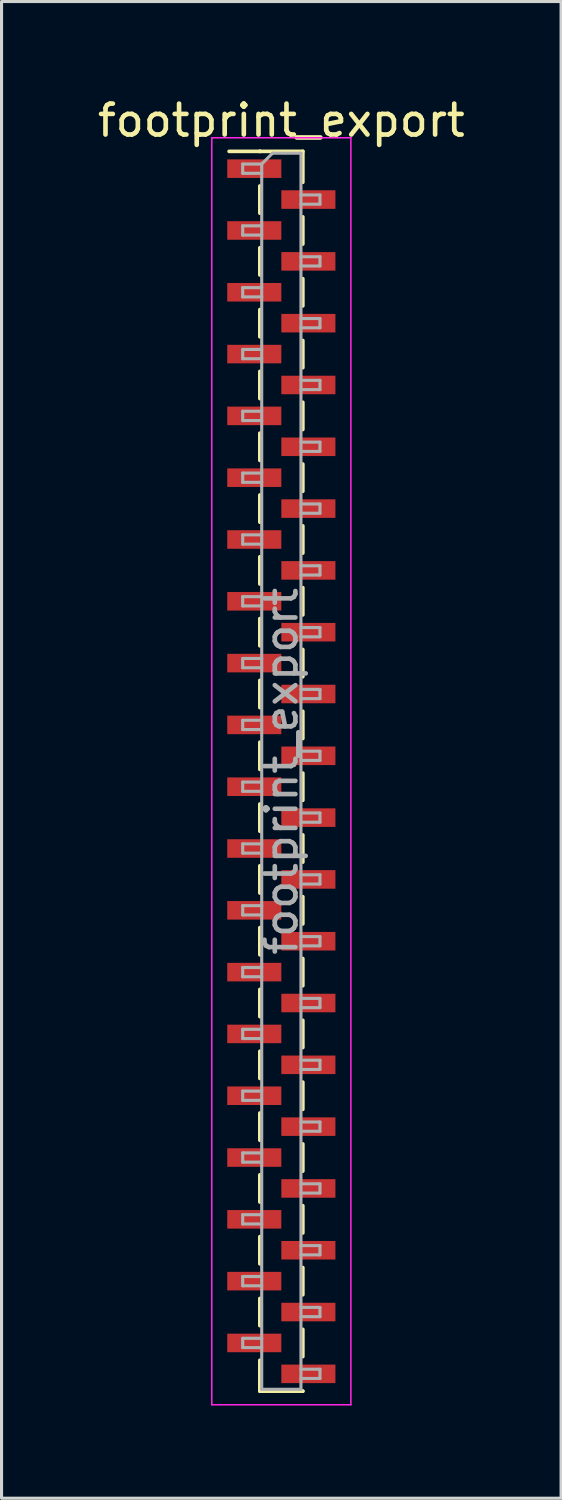
<source format=kicad_pcb>
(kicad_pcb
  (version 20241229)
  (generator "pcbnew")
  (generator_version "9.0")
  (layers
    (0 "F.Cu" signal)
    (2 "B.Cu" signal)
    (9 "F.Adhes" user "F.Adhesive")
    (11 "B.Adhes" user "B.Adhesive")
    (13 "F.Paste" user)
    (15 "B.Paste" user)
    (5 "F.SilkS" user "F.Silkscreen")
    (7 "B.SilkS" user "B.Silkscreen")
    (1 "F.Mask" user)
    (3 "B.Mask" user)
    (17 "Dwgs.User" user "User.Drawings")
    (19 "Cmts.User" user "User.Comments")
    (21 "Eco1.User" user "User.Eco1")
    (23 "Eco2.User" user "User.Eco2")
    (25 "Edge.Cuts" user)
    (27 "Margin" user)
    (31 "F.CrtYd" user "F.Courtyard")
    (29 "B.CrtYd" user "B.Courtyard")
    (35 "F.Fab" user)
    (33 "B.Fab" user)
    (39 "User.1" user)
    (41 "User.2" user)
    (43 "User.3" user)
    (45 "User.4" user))
  (footprint "footprint_export"
    (layer "F.Cu")
    (at 6.054 21.908)
    (property "Reference" "footprint_export" (at 0 -21.06 0) (layer "F.SilkS") (effects (font (size 1 1) (thickness 0.15))))
    (attr smd)
    (fp_line (start -0.695 -20.06) (end -1.69 -20.06) (stroke (width 0.12) (type solid)) (layer "F.SilkS"))
    (fp_line (start -0.695 -20.06) (end -0.695 -20.06) (stroke (width 0.12) (type solid)) (layer "F.SilkS"))
    (fp_line (start -0.695 -20.06) (end 0.695 -20.06) (stroke (width 0.12) (type solid)) (layer "F.SilkS"))
    (fp_line (start -0.695 -18.94) (end -0.695 -18.06) (stroke (width 0.12) (type solid)) (layer "F.SilkS"))
    (fp_line (start -0.695 -16.94) (end -0.695 -16.06) (stroke (width 0.12) (type solid)) (layer "F.SilkS"))
    (fp_line (start -0.695 -14.94) (end -0.695 -14.06) (stroke (width 0.12) (type solid)) (layer "F.SilkS"))
    (fp_line (start -0.695 -12.94) (end -0.695 -12.06) (stroke (width 0.12) (type solid)) (layer "F.SilkS"))
    (fp_line (start -0.695 -10.94) (end -0.695 -10.06) (stroke (width 0.12) (type solid)) (layer "F.SilkS"))
    (fp_line (start -0.695 -8.94) (end -0.695 -8.06) (stroke (width 0.12) (type solid)) (layer "F.SilkS"))
    (fp_line (start -0.695 -6.94) (end -0.695 -6.06) (stroke (width 0.12) (type solid)) (layer "F.SilkS"))
    (fp_line (start -0.695 -4.94) (end -0.695 -4.06) (stroke (width 0.12) (type solid)) (layer "F.SilkS"))
    (fp_line (start -0.695 -2.94) (end -0.695 -2.06) (stroke (width 0.12) (type solid)) (layer "F.SilkS"))
    (fp_line (start -0.695 -0.94) (end -0.695 -0.06) (stroke (width 0.12) (type solid)) (layer "F.SilkS"))
    (fp_line (start -0.695 1.06) (end -0.695 1.94) (stroke (width 0.12) (type solid)) (layer "F.SilkS"))
    (fp_line (start -0.695 3.06) (end -0.695 3.94) (stroke (width 0.12) (type solid)) (layer "F.SilkS"))
    (fp_line (start -0.695 5.06) (end -0.695 5.94) (stroke (width 0.12) (type solid)) (layer "F.SilkS"))
    (fp_line (start -0.695 7.06) (end -0.695 7.94) (stroke (width 0.12) (type solid)) (layer "F.SilkS"))
    (fp_line (start -0.695 9.06) (end -0.695 9.94) (stroke (width 0.12) (type solid)) (layer "F.SilkS"))
    (fp_line (start -0.695 11.06) (end -0.695 11.94) (stroke (width 0.12) (type solid)) (layer "F.SilkS"))
    (fp_line (start -0.695 13.06) (end -0.695 13.94) (stroke (width 0.12) (type solid)) (layer "F.SilkS"))
    (fp_line (start -0.695 15.06) (end -0.695 15.94) (stroke (width 0.12) (type solid)) (layer "F.SilkS"))
    (fp_line (start -0.695 17.06) (end -0.695 17.94) (stroke (width 0.12) (type solid)) (layer "F.SilkS"))
    (fp_line (start -0.695 19.06) (end -0.695 20.06) (stroke (width 0.12) (type solid)) (layer "F.SilkS"))
    (fp_line (start -0.695 20.06) (end 0.695 20.06) (stroke (width 0.12) (type solid)) (layer "F.SilkS"))
    (fp_line (start 0.695 -20.06) (end 0.695 -19.06) (stroke (width 0.12) (type solid)) (layer "F.SilkS"))
    (fp_line (start 0.695 -17.94) (end 0.695 -17.06) (stroke (width 0.12) (type solid)) (layer "F.SilkS"))
    (fp_line (start 0.695 -15.94) (end 0.695 -15.06) (stroke (width 0.12) (type solid)) (layer "F.SilkS"))
    (fp_line (start 0.695 -13.94) (end 0.695 -13.06) (stroke (width 0.12) (type solid)) (layer "F.SilkS"))
    (fp_line (start 0.695 -11.94) (end 0.695 -11.06) (stroke (width 0.12) (type solid)) (layer "F.SilkS"))
    (fp_line (start 0.695 -9.94) (end 0.695 -9.06) (stroke (width 0.12) (type solid)) (layer "F.SilkS"))
    (fp_line (start 0.695 -7.94) (end 0.695 -7.06) (stroke (width 0.12) (type solid)) (layer "F.SilkS"))
    (fp_line (start 0.695 -5.94) (end 0.695 -5.06) (stroke (width 0.12) (type solid)) (layer "F.SilkS"))
    (fp_line (start 0.695 -3.94) (end 0.695 -3.06) (stroke (width 0.12) (type solid)) (layer "F.SilkS"))
    (fp_line (start 0.695 -1.94) (end 0.695 -1.06) (stroke (width 0.12) (type solid)) (layer "F.SilkS"))
    (fp_line (start 0.695 0.06) (end 0.695 0.94) (stroke (width 0.12) (type solid)) (layer "F.SilkS"))
    (fp_line (start 0.695 2.06) (end 0.695 2.94) (stroke (width 0.12) (type solid)) (layer "F.SilkS"))
    (fp_line (start 0.695 4.06) (end 0.695 4.94) (stroke (width 0.12) (type solid)) (layer "F.SilkS"))
    (fp_line (start 0.695 6.06) (end 0.695 6.94) (stroke (width 0.12) (type solid)) (layer "F.SilkS"))
    (fp_line (start 0.695 8.06) (end 0.695 8.94) (stroke (width 0.12) (type solid)) (layer "F.SilkS"))
    (fp_line (start 0.695 10.06) (end 0.695 10.94) (stroke (width 0.12) (type solid)) (layer "F.SilkS"))
    (fp_line (start 0.695 12.06) (end 0.695 12.94) (stroke (width 0.12) (type solid)) (layer "F.SilkS"))
    (fp_line (start 0.695 14.06) (end 0.695 14.94) (stroke (width 0.12) (type solid)) (layer "F.SilkS"))
    (fp_line (start 0.695 16.06) (end 0.695 16.94) (stroke (width 0.12) (type solid)) (layer "F.SilkS"))
    (fp_line (start 0.695 18.06) (end 0.695 18.94) (stroke (width 0.12) (type solid)) (layer "F.SilkS"))
    (fp_line (start 0.695 20.06) (end 0.695 20.06) (stroke (width 0.12) (type solid)) (layer "F.SilkS"))
    (fp_line (start -2.25 -20.5) (end -2.25 20.5) (stroke (width 0.05) (type solid)) (layer "F.CrtYd"))
    (fp_line (start -2.25 20.5) (end 2.25 20.5) (stroke (width 0.05) (type solid)) (layer "F.CrtYd"))
    (fp_line (start 2.25 -20.5) (end -2.25 -20.5) (stroke (width 0.05) (type solid)) (layer "F.CrtYd"))
    (fp_line (start 2.25 20.5) (end 2.25 -20.5) (stroke (width 0.05) (type solid)) (layer "F.CrtYd"))
    (fp_line (start -1.25 -19.65) (end -1.25 -19.35) (stroke (width 0.1) (type solid)) (layer "F.Fab"))
    (fp_line (start -1.25 -19.35) (end -0.635 -19.35) (stroke (width 0.1) (type solid)) (layer "F.Fab"))
    (fp_line (start -1.25 -17.65) (end -1.25 -17.35) (stroke (width 0.1) (type solid)) (layer "F.Fab"))
    (fp_line (start -1.25 -17.35) (end -0.635 -17.35) (stroke (width 0.1) (type solid)) (layer "F.Fab"))
    (fp_line (start -1.25 -15.65) (end -1.25 -15.35) (stroke (width 0.1) (type solid)) (layer "F.Fab"))
    (fp_line (start -1.25 -15.35) (end -0.635 -15.35) (stroke (width 0.1) (type solid)) (layer "F.Fab"))
    (fp_line (start -1.25 -13.65) (end -1.25 -13.35) (stroke (width 0.1) (type solid)) (layer "F.Fab"))
    (fp_line (start -1.25 -13.35) (end -0.635 -13.35) (stroke (width 0.1) (type solid)) (layer "F.Fab"))
    (fp_line (start -1.25 -11.65) (end -1.25 -11.35) (stroke (width 0.1) (type solid)) (layer "F.Fab"))
    (fp_line (start -1.25 -11.35) (end -0.635 -11.35) (stroke (width 0.1) (type solid)) (layer "F.Fab"))
    (fp_line (start -1.25 -9.65) (end -1.25 -9.35) (stroke (width 0.1) (type solid)) (layer "F.Fab"))
    (fp_line (start -1.25 -9.35) (end -0.635 -9.35) (stroke (width 0.1) (type solid)) (layer "F.Fab"))
    (fp_line (start -1.25 -7.65) (end -1.25 -7.35) (stroke (width 0.1) (type solid)) (layer "F.Fab"))
    (fp_line (start -1.25 -7.35) (end -0.635 -7.35) (stroke (width 0.1) (type solid)) (layer "F.Fab"))
    (fp_line (start -1.25 -5.65) (end -1.25 -5.35) (stroke (width 0.1) (type solid)) (layer "F.Fab"))
    (fp_line (start -1.25 -5.35) (end -0.635 -5.35) (stroke (width 0.1) (type solid)) (layer "F.Fab"))
    (fp_line (start -1.25 -3.65) (end -1.25 -3.35) (stroke (width 0.1) (type solid)) (layer "F.Fab"))
    (fp_line (start -1.25 -3.35) (end -0.635 -3.35) (stroke (width 0.1) (type solid)) (layer "F.Fab"))
    (fp_line (start -1.25 -1.65) (end -1.25 -1.35) (stroke (width 0.1) (type solid)) (layer "F.Fab"))
    (fp_line (start -1.25 -1.35) (end -0.635 -1.35) (stroke (width 0.1) (type solid)) (layer "F.Fab"))
    (fp_line (start -1.25 0.35) (end -1.25 0.65) (stroke (width 0.1) (type solid)) (layer "F.Fab"))
    (fp_line (start -1.25 0.65) (end -0.635 0.65) (stroke (width 0.1) (type solid)) (layer "F.Fab"))
    (fp_line (start -1.25 2.35) (end -1.25 2.65) (stroke (width 0.1) (type solid)) (layer "F.Fab"))
    (fp_line (start -1.25 2.65) (end -0.635 2.65) (stroke (width 0.1) (type solid)) (layer "F.Fab"))
    (fp_line (start -1.25 4.35) (end -1.25 4.65) (stroke (width 0.1) (type solid)) (layer "F.Fab"))
    (fp_line (start -1.25 4.65) (end -0.635 4.65) (stroke (width 0.1) (type solid)) (layer "F.Fab"))
    (fp_line (start -1.25 6.35) (end -1.25 6.65) (stroke (width 0.1) (type solid)) (layer "F.Fab"))
    (fp_line (start -1.25 6.65) (end -0.635 6.65) (stroke (width 0.1) (type solid)) (layer "F.Fab"))
    (fp_line (start -1.25 8.35) (end -1.25 8.65) (stroke (width 0.1) (type solid)) (layer "F.Fab"))
    (fp_line (start -1.25 8.65) (end -0.635 8.65) (stroke (width 0.1) (type solid)) (layer "F.Fab"))
    (fp_line (start -1.25 10.35) (end -1.25 10.65) (stroke (width 0.1) (type solid)) (layer "F.Fab"))
    (fp_line (start -1.25 10.65) (end -0.635 10.65) (stroke (width 0.1) (type solid)) (layer "F.Fab"))
    (fp_line (start -1.25 12.35) (end -1.25 12.65) (stroke (width 0.1) (type solid)) (layer "F.Fab"))
    (fp_line (start -1.25 12.65) (end -0.635 12.65) (stroke (width 0.1) (type solid)) (layer "F.Fab"))
    (fp_line (start -1.25 14.35) (end -1.25 14.65) (stroke (width 0.1) (type solid)) (layer "F.Fab"))
    (fp_line (start -1.25 14.65) (end -0.635 14.65) (stroke (width 0.1) (type solid)) (layer "F.Fab"))
    (fp_line (start -1.25 16.35) (end -1.25 16.65) (stroke (width 0.1) (type solid)) (layer "F.Fab"))
    (fp_line (start -1.25 16.65) (end -0.635 16.65) (stroke (width 0.1) (type solid)) (layer "F.Fab"))
    (fp_line (start -1.25 18.35) (end -1.25 18.65) (stroke (width 0.1) (type solid)) (layer "F.Fab"))
    (fp_line (start -1.25 18.65) (end -0.635 18.65) (stroke (width 0.1) (type solid)) (layer "F.Fab"))
    (fp_line (start -0.635 -19.65) (end -1.25 -19.65) (stroke (width 0.1) (type solid)) (layer "F.Fab"))
    (fp_line (start -0.635 -19.65) (end -0.285 -20) (stroke (width 0.1) (type solid)) (layer "F.Fab"))
    (fp_line (start -0.635 -17.65) (end -1.25 -17.65) (stroke (width 0.1) (type solid)) (layer "F.Fab"))
    (fp_line (start -0.635 -15.65) (end -1.25 -15.65) (stroke (width 0.1) (type solid)) (layer "F.Fab"))
    (fp_line (start -0.635 -13.65) (end -1.25 -13.65) (stroke (width 0.1) (type solid)) (layer "F.Fab"))
    (fp_line (start -0.635 -11.65) (end -1.25 -11.65) (stroke (width 0.1) (type solid)) (layer "F.Fab"))
    (fp_line (start -0.635 -9.65) (end -1.25 -9.65) (stroke (width 0.1) (type solid)) (layer "F.Fab"))
    (fp_line (start -0.635 -7.65) (end -1.25 -7.65) (stroke (width 0.1) (type solid)) (layer "F.Fab"))
    (fp_line (start -0.635 -5.65) (end -1.25 -5.65) (stroke (width 0.1) (type solid)) (layer "F.Fab"))
    (fp_line (start -0.635 -3.65) (end -1.25 -3.65) (stroke (width 0.1) (type solid)) (layer "F.Fab"))
    (fp_line (start -0.635 -1.65) (end -1.25 -1.65) (stroke (width 0.1) (type solid)) (layer "F.Fab"))
    (fp_line (start -0.635 0.35) (end -1.25 0.35) (stroke (width 0.1) (type solid)) (layer "F.Fab"))
    (fp_line (start -0.635 2.35) (end -1.25 2.35) (stroke (width 0.1) (type solid)) (layer "F.Fab"))
    (fp_line (start -0.635 4.35) (end -1.25 4.35) (stroke (width 0.1) (type solid)) (layer "F.Fab"))
    (fp_line (start -0.635 6.35) (end -1.25 6.35) (stroke (width 0.1) (type solid)) (layer "F.Fab"))
    (fp_line (start -0.635 8.35) (end -1.25 8.35) (stroke (width 0.1) (type solid)) (layer "F.Fab"))
    (fp_line (start -0.635 10.35) (end -1.25 10.35) (stroke (width 0.1) (type solid)) (layer "F.Fab"))
    (fp_line (start -0.635 12.35) (end -1.25 12.35) (stroke (width 0.1) (type solid)) (layer "F.Fab"))
    (fp_line (start -0.635 14.35) (end -1.25 14.35) (stroke (width 0.1) (type solid)) (layer "F.Fab"))
    (fp_line (start -0.635 16.35) (end -1.25 16.35) (stroke (width 0.1) (type solid)) (layer "F.Fab"))
    (fp_line (start -0.635 18.35) (end -1.25 18.35) (stroke (width 0.1) (type solid)) (layer "F.Fab"))
    (fp_line (start -0.635 20) (end -0.635 -19.65) (stroke (width 0.1) (type solid)) (layer "F.Fab"))
    (fp_line (start -0.285 -20) (end 0.635 -20) (stroke (width 0.1) (type solid)) (layer "F.Fab"))
    (fp_line (start 0.635 -20) (end 0.635 20) (stroke (width 0.1) (type solid)) (layer "F.Fab"))
    (fp_line (start 0.635 -18.65) (end 1.25 -18.65) (stroke (width 0.1) (type solid)) (layer "F.Fab"))
    (fp_line (start 0.635 -16.65) (end 1.25 -16.65) (stroke (width 0.1) (type solid)) (layer "F.Fab"))
    (fp_line (start 0.635 -14.65) (end 1.25 -14.65) (stroke (width 0.1) (type solid)) (layer "F.Fab"))
    (fp_line (start 0.635 -12.65) (end 1.25 -12.65) (stroke (width 0.1) (type solid)) (layer "F.Fab"))
    (fp_line (start 0.635 -10.65) (end 1.25 -10.65) (stroke (width 0.1) (type solid)) (layer "F.Fab"))
    (fp_line (start 0.635 -8.65) (end 1.25 -8.65) (stroke (width 0.1) (type solid)) (layer "F.Fab"))
    (fp_line (start 0.635 -6.65) (end 1.25 -6.65) (stroke (width 0.1) (type solid)) (layer "F.Fab"))
    (fp_line (start 0.635 -4.65) (end 1.25 -4.65) (stroke (width 0.1) (type solid)) (layer "F.Fab"))
    (fp_line (start 0.635 -2.65) (end 1.25 -2.65) (stroke (width 0.1) (type solid)) (layer "F.Fab"))
    (fp_line (start 0.635 -0.65) (end 1.25 -0.65) (stroke (width 0.1) (type solid)) (layer "F.Fab"))
    (fp_line (start 0.635 1.35) (end 1.25 1.35) (stroke (width 0.1) (type solid)) (layer "F.Fab"))
    (fp_line (start 0.635 3.35) (end 1.25 3.35) (stroke (width 0.1) (type solid)) (layer "F.Fab"))
    (fp_line (start 0.635 5.35) (end 1.25 5.35) (stroke (width 0.1) (type solid)) (layer "F.Fab"))
    (fp_line (start 0.635 7.35) (end 1.25 7.35) (stroke (width 0.1) (type solid)) (layer "F.Fab"))
    (fp_line (start 0.635 9.35) (end 1.25 9.35) (stroke (width 0.1) (type solid)) (layer "F.Fab"))
    (fp_line (start 0.635 11.35) (end 1.25 11.35) (stroke (width 0.1) (type solid)) (layer "F.Fab"))
    (fp_line (start 0.635 13.35) (end 1.25 13.35) (stroke (width 0.1) (type solid)) (layer "F.Fab"))
    (fp_line (start 0.635 15.35) (end 1.25 15.35) (stroke (width 0.1) (type solid)) (layer "F.Fab"))
    (fp_line (start 0.635 17.35) (end 1.25 17.35) (stroke (width 0.1) (type solid)) (layer "F.Fab"))
    (fp_line (start 0.635 19.35) (end 1.25 19.35) (stroke (width 0.1) (type solid)) (layer "F.Fab"))
    (fp_line (start 0.635 20) (end -0.635 20) (stroke (width 0.1) (type solid)) (layer "F.Fab"))
    (fp_line (start 1.25 -18.65) (end 1.25 -18.35) (stroke (width 0.1) (type solid)) (layer "F.Fab"))
    (fp_line (start 1.25 -18.35) (end 0.635 -18.35) (stroke (width 0.1) (type solid)) (layer "F.Fab"))
    (fp_line (start 1.25 -16.65) (end 1.25 -16.35) (stroke (width 0.1) (type solid)) (layer "F.Fab"))
    (fp_line (start 1.25 -16.35) (end 0.635 -16.35) (stroke (width 0.1) (type solid)) (layer "F.Fab"))
    (fp_line (start 1.25 -14.65) (end 1.25 -14.35) (stroke (width 0.1) (type solid)) (layer "F.Fab"))
    (fp_line (start 1.25 -14.35) (end 0.635 -14.35) (stroke (width 0.1) (type solid)) (layer "F.Fab"))
    (fp_line (start 1.25 -12.65) (end 1.25 -12.35) (stroke (width 0.1) (type solid)) (layer "F.Fab"))
    (fp_line (start 1.25 -12.35) (end 0.635 -12.35) (stroke (width 0.1) (type solid)) (layer "F.Fab"))
    (fp_line (start 1.25 -10.65) (end 1.25 -10.35) (stroke (width 0.1) (type solid)) (layer "F.Fab"))
    (fp_line (start 1.25 -10.35) (end 0.635 -10.35) (stroke (width 0.1) (type solid)) (layer "F.Fab"))
    (fp_line (start 1.25 -8.65) (end 1.25 -8.35) (stroke (width 0.1) (type solid)) (layer "F.Fab"))
    (fp_line (start 1.25 -8.35) (end 0.635 -8.35) (stroke (width 0.1) (type solid)) (layer "F.Fab"))
    (fp_line (start 1.25 -6.65) (end 1.25 -6.35) (stroke (width 0.1) (type solid)) (layer "F.Fab"))
    (fp_line (start 1.25 -6.35) (end 0.635 -6.35) (stroke (width 0.1) (type solid)) (layer "F.Fab"))
    (fp_line (start 1.25 -4.65) (end 1.25 -4.35) (stroke (width 0.1) (type solid)) (layer "F.Fab"))
    (fp_line (start 1.25 -4.35) (end 0.635 -4.35) (stroke (width 0.1) (type solid)) (layer "F.Fab"))
    (fp_line (start 1.25 -2.65) (end 1.25 -2.35) (stroke (width 0.1) (type solid)) (layer "F.Fab"))
    (fp_line (start 1.25 -2.35) (end 0.635 -2.35) (stroke (width 0.1) (type solid)) (layer "F.Fab"))
    (fp_line (start 1.25 -0.65) (end 1.25 -0.35) (stroke (width 0.1) (type solid)) (layer "F.Fab"))
    (fp_line (start 1.25 -0.35) (end 0.635 -0.35) (stroke (width 0.1) (type solid)) (layer "F.Fab"))
    (fp_line (start 1.25 1.35) (end 1.25 1.65) (stroke (width 0.1) (type solid)) (layer "F.Fab"))
    (fp_line (start 1.25 1.65) (end 0.635 1.65) (stroke (width 0.1) (type solid)) (layer "F.Fab"))
    (fp_line (start 1.25 3.35) (end 1.25 3.65) (stroke (width 0.1) (type solid)) (layer "F.Fab"))
    (fp_line (start 1.25 3.65) (end 0.635 3.65) (stroke (width 0.1) (type solid)) (layer "F.Fab"))
    (fp_line (start 1.25 5.35) (end 1.25 5.65) (stroke (width 0.1) (type solid)) (layer "F.Fab"))
    (fp_line (start 1.25 5.65) (end 0.635 5.65) (stroke (width 0.1) (type solid)) (layer "F.Fab"))
    (fp_line (start 1.25 7.35) (end 1.25 7.65) (stroke (width 0.1) (type solid)) (layer "F.Fab"))
    (fp_line (start 1.25 7.65) (end 0.635 7.65) (stroke (width 0.1) (type solid)) (layer "F.Fab"))
    (fp_line (start 1.25 9.35) (end 1.25 9.65) (stroke (width 0.1) (type solid)) (layer "F.Fab"))
    (fp_line (start 1.25 9.65) (end 0.635 9.65) (stroke (width 0.1) (type solid)) (layer "F.Fab"))
    (fp_line (start 1.25 11.35) (end 1.25 11.65) (stroke (width 0.1) (type solid)) (layer "F.Fab"))
    (fp_line (start 1.25 11.65) (end 0.635 11.65) (stroke (width 0.1) (type solid)) (layer "F.Fab"))
    (fp_line (start 1.25 13.35) (end 1.25 13.65) (stroke (width 0.1) (type solid)) (layer "F.Fab"))
    (fp_line (start 1.25 13.65) (end 0.635 13.65) (stroke (width 0.1) (type solid)) (layer "F.Fab"))
    (fp_line (start 1.25 15.35) (end 1.25 15.65) (stroke (width 0.1) (type solid)) (layer "F.Fab"))
    (fp_line (start 1.25 15.65) (end 0.635 15.65) (stroke (width 0.1) (type solid)) (layer "F.Fab"))
    (fp_line (start 1.25 17.35) (end 1.25 17.65) (stroke (width 0.1) (type solid)) (layer "F.Fab"))
    (fp_line (start 1.25 17.65) (end 0.635 17.65) (stroke (width 0.1) (type solid)) (layer "F.Fab"))
    (fp_line (start 1.25 19.35) (end 1.25 19.65) (stroke (width 0.1) (type solid)) (layer "F.Fab"))
    (fp_line (start 1.25 19.65) (end 0.635 19.65) (stroke (width 0.1) (type solid)) (layer "F.Fab"))
    (fp_text user "${REFERENCE}" (at 0 0 90) (layer "F.Fab") (effects (font (size 1 1) (thickness 0.15))))
    (pad "1" smd rect (at -0.875 -19.5) (size 1.75 0.6) (layers "F.Cu" "F.Mask" "F.Paste"))
    (pad "2" smd rect (at 0.875 -18.5) (size 1.75 0.6) (layers "F.Cu" "F.Mask" "F.Paste"))
    (pad "3" smd rect (at -0.875 -17.5) (size 1.75 0.6) (layers "F.Cu" "F.Mask" "F.Paste"))
    (pad "4" smd rect (at 0.875 -16.5) (size 1.75 0.6) (layers "F.Cu" "F.Mask" "F.Paste"))
    (pad "5" smd rect (at -0.875 -15.5) (size 1.75 0.6) (layers "F.Cu" "F.Mask" "F.Paste"))
    (pad "6" smd rect (at 0.875 -14.5) (size 1.75 0.6) (layers "F.Cu" "F.Mask" "F.Paste"))
    (pad "7" smd rect (at -0.875 -13.5) (size 1.75 0.6) (layers "F.Cu" "F.Mask" "F.Paste"))
    (pad "8" smd rect (at 0.875 -12.5) (size 1.75 0.6) (layers "F.Cu" "F.Mask" "F.Paste"))
    (pad "9" smd rect (at -0.875 -11.5) (size 1.75 0.6) (layers "F.Cu" "F.Mask" "F.Paste"))
    (pad "10" smd rect (at 0.875 -10.5) (size 1.75 0.6) (layers "F.Cu" "F.Mask" "F.Paste"))
    (pad "11" smd rect (at -0.875 -9.5) (size 1.75 0.6) (layers "F.Cu" "F.Mask" "F.Paste"))
    (pad "12" smd rect (at 0.875 -8.5) (size 1.75 0.6) (layers "F.Cu" "F.Mask" "F.Paste"))
    (pad "13" smd rect (at -0.875 -7.5) (size 1.75 0.6) (layers "F.Cu" "F.Mask" "F.Paste"))
    (pad "14" smd rect (at 0.875 -6.5) (size 1.75 0.6) (layers "F.Cu" "F.Mask" "F.Paste"))
    (pad "15" smd rect (at -0.875 -5.5) (size 1.75 0.6) (layers "F.Cu" "F.Mask" "F.Paste"))
    (pad "16" smd rect (at 0.875 -4.5) (size 1.75 0.6) (layers "F.Cu" "F.Mask" "F.Paste"))
    (pad "17" smd rect (at -0.875 -3.5) (size 1.75 0.6) (layers "F.Cu" "F.Mask" "F.Paste"))
    (pad "18" smd rect (at 0.875 -2.5) (size 1.75 0.6) (layers "F.Cu" "F.Mask" "F.Paste"))
    (pad "19" smd rect (at -0.875 -1.5) (size 1.75 0.6) (layers "F.Cu" "F.Mask" "F.Paste"))
    (pad "20" smd rect (at 0.875 -0.5) (size 1.75 0.6) (layers "F.Cu" "F.Mask" "F.Paste"))
    (pad "21" smd rect (at -0.875 0.5) (size 1.75 0.6) (layers "F.Cu" "F.Mask" "F.Paste"))
    (pad "22" smd rect (at 0.875 1.5) (size 1.75 0.6) (layers "F.Cu" "F.Mask" "F.Paste"))
    (pad "23" smd rect (at -0.875 2.5) (size 1.75 0.6) (layers "F.Cu" "F.Mask" "F.Paste"))
    (pad "24" smd rect (at 0.875 3.5) (size 1.75 0.6) (layers "F.Cu" "F.Mask" "F.Paste"))
    (pad "25" smd rect (at -0.875 4.5) (size 1.75 0.6) (layers "F.Cu" "F.Mask" "F.Paste"))
    (pad "26" smd rect (at 0.875 5.5) (size 1.75 0.6) (layers "F.Cu" "F.Mask" "F.Paste"))
    (pad "27" smd rect (at -0.875 6.5) (size 1.75 0.6) (layers "F.Cu" "F.Mask" "F.Paste"))
    (pad "28" smd rect (at 0.875 7.5) (size 1.75 0.6) (layers "F.Cu" "F.Mask" "F.Paste"))
    (pad "29" smd rect (at -0.875 8.5) (size 1.75 0.6) (layers "F.Cu" "F.Mask" "F.Paste"))
    (pad "30" smd rect (at 0.875 9.5) (size 1.75 0.6) (layers "F.Cu" "F.Mask" "F.Paste"))
    (pad "31" smd rect (at -0.875 10.5) (size 1.75 0.6) (layers "F.Cu" "F.Mask" "F.Paste"))
    (pad "32" smd rect (at 0.875 11.5) (size 1.75 0.6) (layers "F.Cu" "F.Mask" "F.Paste"))
    (pad "33" smd rect (at -0.875 12.5) (size 1.75 0.6) (layers "F.Cu" "F.Mask" "F.Paste"))
    (pad "34" smd rect (at 0.875 13.5) (size 1.75 0.6) (layers "F.Cu" "F.Mask" "F.Paste"))
    (pad "35" smd rect (at -0.875 14.5) (size 1.75 0.6) (layers "F.Cu" "F.Mask" "F.Paste"))
    (pad "36" smd rect (at 0.875 15.5) (size 1.75 0.6) (layers "F.Cu" "F.Mask" "F.Paste"))
    (pad "37" smd rect (at -0.875 16.5) (size 1.75 0.6) (layers "F.Cu" "F.Mask" "F.Paste"))
    (pad "38" smd rect (at 0.875 17.5) (size 1.75 0.6) (layers "F.Cu" "F.Mask" "F.Paste"))
    (pad "39" smd rect (at -0.875 18.5) (size 1.75 0.6) (layers "F.Cu" "F.Mask" "F.Paste"))
    (pad "40" smd rect (at 0.875 19.5) (size 1.75 0.6) (layers "F.Cu" "F.Mask" "F.Paste")))
  (gr_rect
    (start -3 -3)
    (end 15.107 45.433)
    (stroke (width 0.1) (type default))
    (fill no)
    (layer "Edge.Cuts")))
</source>
